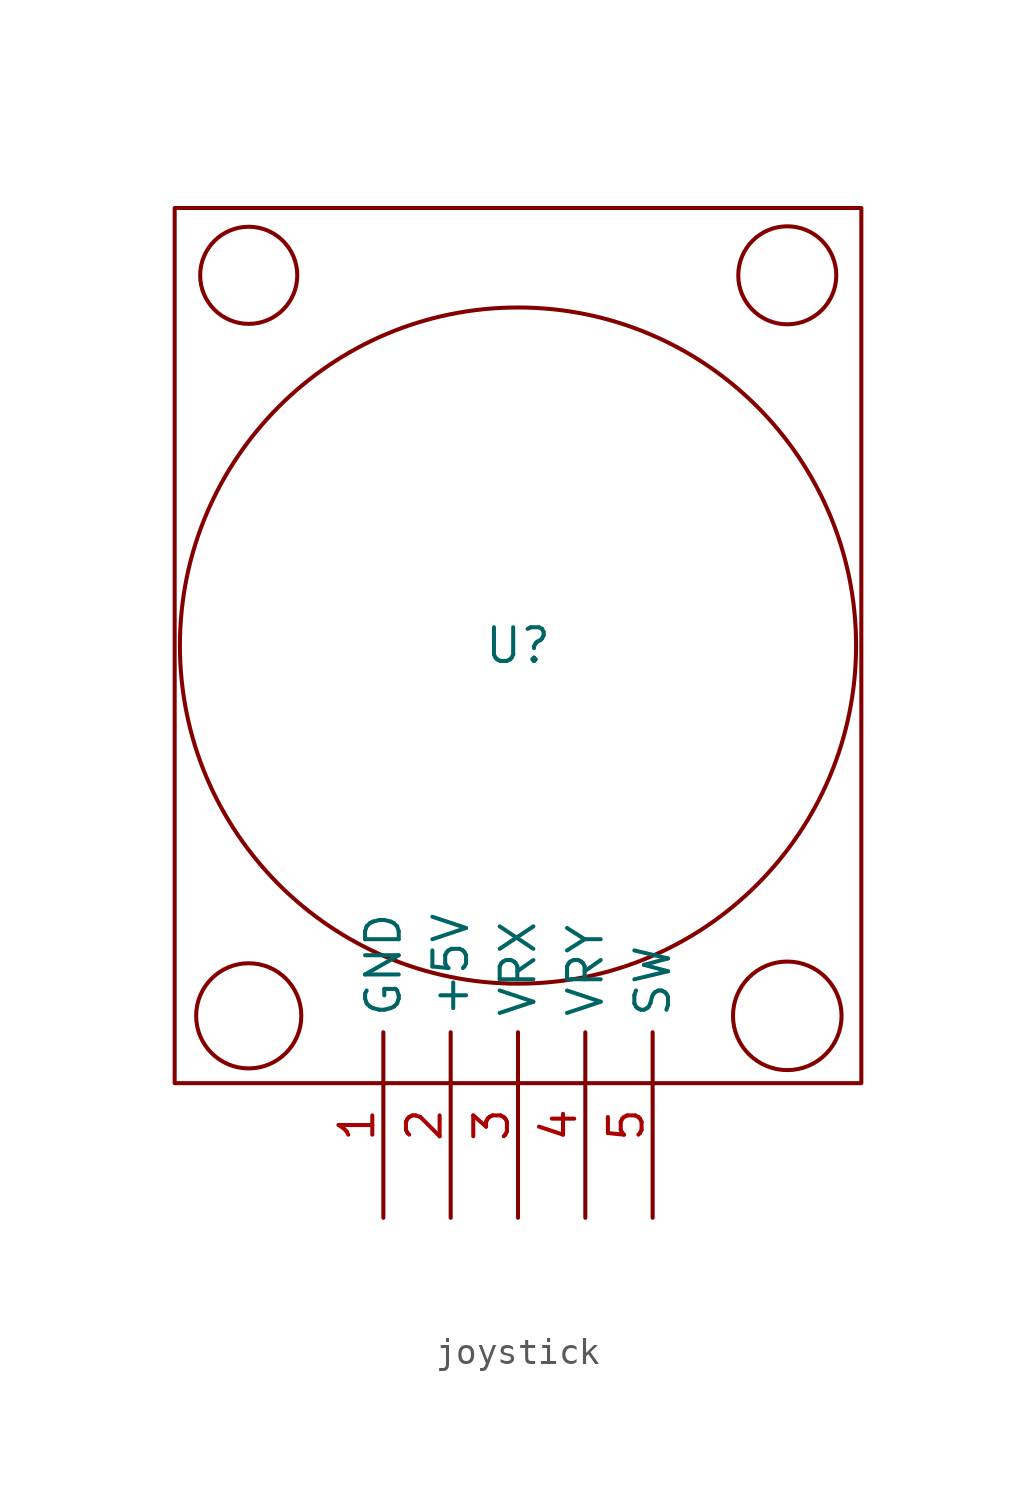
<source format=kicad_sym>
(kicad_symbol_lib
  (version 20220914)
  (generator kicad_symbol_editor)
  (symbol "joystick"
    (property "Reference" "U"
      (at 0 0 0)
      (effects (font (size 1.27 1.27))))
    (property "Value" ""
      (at 0 0 0)
      (effects (font (size 1.27 1.27))))
    (symbol "joystick_0_1"
      (rectangle (start -12.954 16.51) (end 12.954 -16.51) (stroke (width 0) (type default)) (fill (type none)))
      (circle (center -10.16 -13.97) (radius 1.984) (stroke (width 0) (type default)) (fill (type none)))
      (circle (center -10.16 13.97) (radius 1.832) (stroke (width 0) (type default)) (fill (type none)))
      (circle (center 0 0) (radius 12.756) (stroke (width 0) (type default)) (fill (type none)))
      (circle (center 10.16 -13.97) (radius 2.048) (stroke (width 0) (type default)) (fill (type none)))
      (circle (center 10.16 13.97) (radius 1.849) (stroke (width 0) (type default)) (fill (type none))))
    (symbol "joystick_1_1"
      (pin power_in line (at -5.08 -21.59 90) (length 7) (name "GND" (effects (font (size 1.27 1.27)))) (number "1" (effects (font (size 1.27 1.27)))))
      (pin power_in line (at -2.54 -21.59 90) (length 7) (name "+5V" (effects (font (size 1.27 1.27)))) (number "2" (effects (font (size 1.27 1.27)))))
      (pin output line (at 0 -21.59 90) (length 7) (name "VRX" (effects (font (size 1.27 1.27)))) (number "3" (effects (font (size 1.27 1.27)))))
      (pin output line (at 2.54 -21.59 90) (length 7) (name "VRY" (effects (font (size 1.27 1.27)))) (number "4" (effects (font (size 1.27 1.27)))))
      (pin output line (at 5.08 -21.59 90) (length 7) (name "SW" (effects (font (size 1.27 1.27)))) (number "5" (effects (font (size 1.27 1.27))))))))
</source>
